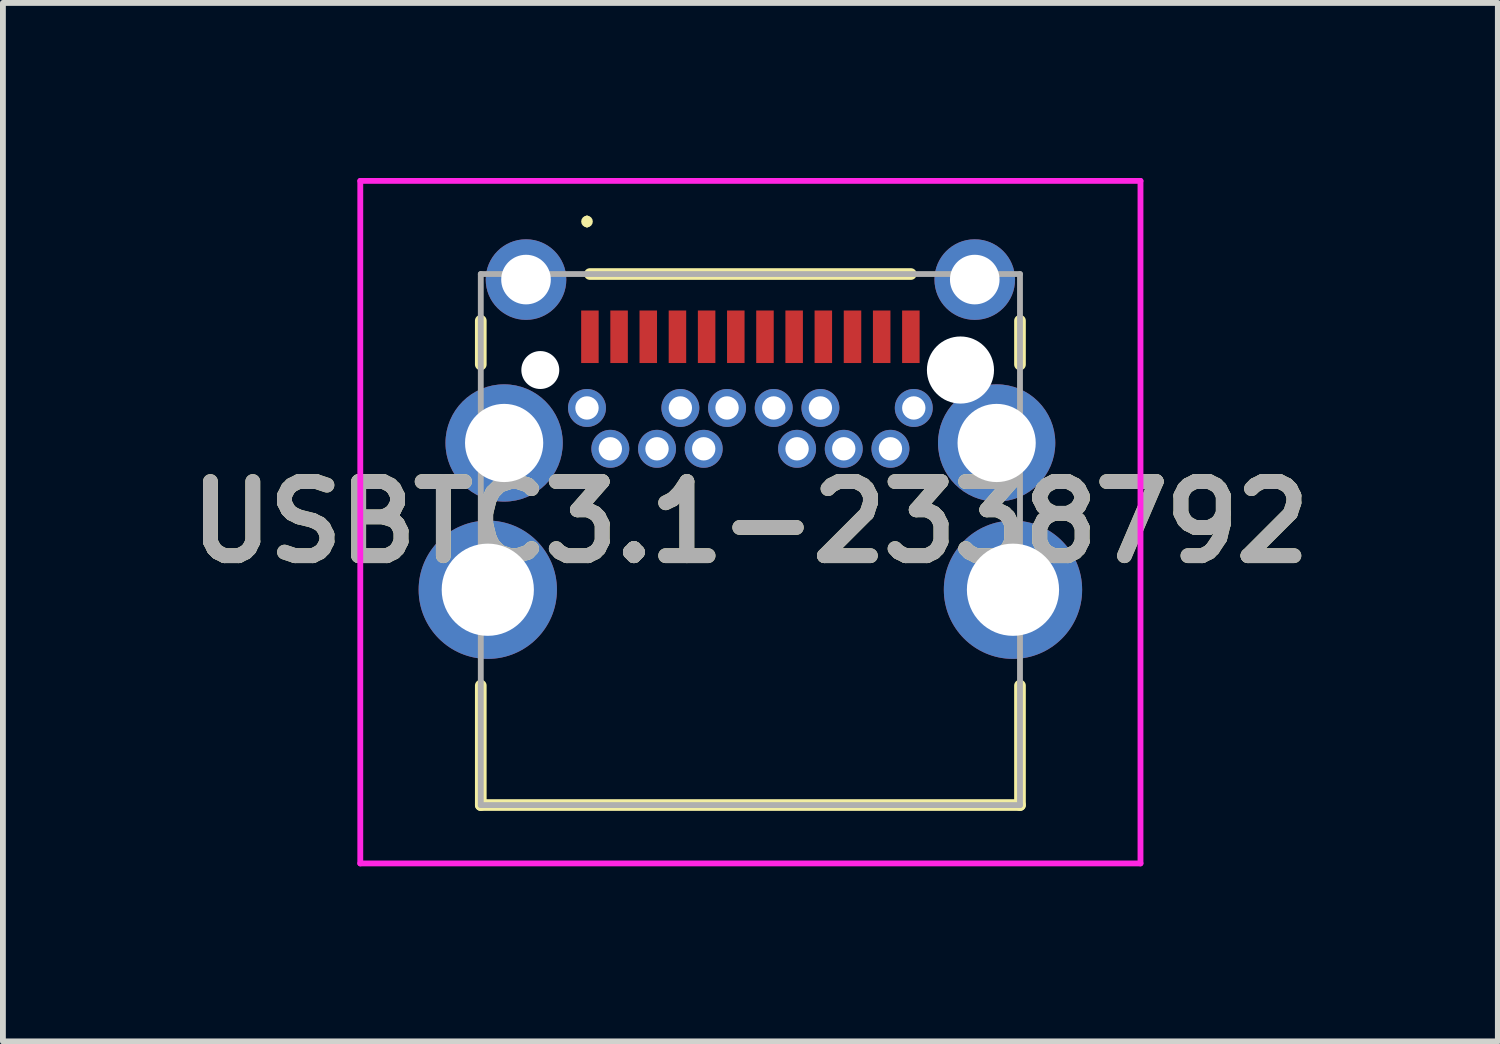
<source format=kicad_pcb>
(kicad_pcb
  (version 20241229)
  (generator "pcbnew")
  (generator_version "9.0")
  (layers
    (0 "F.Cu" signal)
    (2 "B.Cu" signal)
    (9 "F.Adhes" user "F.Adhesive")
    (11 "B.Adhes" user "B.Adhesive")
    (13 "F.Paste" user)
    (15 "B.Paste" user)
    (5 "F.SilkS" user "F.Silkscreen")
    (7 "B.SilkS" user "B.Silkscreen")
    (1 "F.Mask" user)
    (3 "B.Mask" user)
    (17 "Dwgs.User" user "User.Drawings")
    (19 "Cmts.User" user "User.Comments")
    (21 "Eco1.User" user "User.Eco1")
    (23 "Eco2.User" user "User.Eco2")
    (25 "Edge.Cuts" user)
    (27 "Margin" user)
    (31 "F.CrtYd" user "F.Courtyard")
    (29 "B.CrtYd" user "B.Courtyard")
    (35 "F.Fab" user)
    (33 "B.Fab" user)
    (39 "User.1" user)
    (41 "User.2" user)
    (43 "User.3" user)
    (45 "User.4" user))
  (footprint "USBTC3.1-2338792"
    (layer "F.Cu")
    (at 9.809 6.196)
    (property "Reference" "USBTC3.1-2338792" (at 0 -0.298 0) (layer "F.SilkS") (effects (font (size 1.27 1.27) (thickness 0.254))))
    (attr through_hole)
    (fp_line (start -4.62 -3.75) (end -4.62 -3) (stroke (width 0.2) (type solid)) (layer "F.SilkS"))
    (fp_line (start -4.62 2.502) (end -4.62 4.55) (stroke (width 0.2) (type solid)) (layer "F.SilkS"))
    (fp_line (start -4.62 4.55) (end 4.62 4.55) (stroke (width 0.2) (type solid)) (layer "F.SilkS"))
    (fp_line (start -2.8 -5.5) (end -2.8 -5.5) (stroke (width 0.1) (type solid)) (layer "F.SilkS"))
    (fp_line (start -2.8 -5.4) (end -2.8 -5.4) (stroke (width 0.1) (type solid)) (layer "F.SilkS"))
    (fp_line (start -2.75 -4.55) (end 2.75 -4.55) (stroke (width 0.2) (type solid)) (layer "F.SilkS"))
    (fp_line (start 4.62 -3.75) (end 4.62 -3) (stroke (width 0.2) (type solid)) (layer "F.SilkS"))
    (fp_line (start 4.62 4.55) (end 4.62 2.502) (stroke (width 0.2) (type solid)) (layer "F.SilkS"))
    (fp_arc (start -2.8 -5.5) (mid -2.75 -5.45) (end -2.8 -5.4) (stroke (width 0.1) (type solid)) (layer "F.SilkS"))
    (fp_arc (start -2.8 -5.4) (mid -2.85 -5.45) (end -2.8 -5.5) (stroke (width 0.1) (type solid)) (layer "F.SilkS"))
    (fp_line (start -6.685 -6.146) (end 6.685 -6.146) (stroke (width 0.1) (type solid)) (layer "F.CrtYd"))
    (fp_line (start -6.685 5.55) (end -6.685 -6.146) (stroke (width 0.1) (type solid)) (layer "F.CrtYd"))
    (fp_line (start 6.685 -6.146) (end 6.685 5.55) (stroke (width 0.1) (type solid)) (layer "F.CrtYd"))
    (fp_line (start 6.685 5.55) (end -6.685 5.55) (stroke (width 0.1) (type solid)) (layer "F.CrtYd"))
    (fp_line (start -4.62 -4.55) (end 4.62 -4.55) (stroke (width 0.1) (type solid)) (layer "F.Fab"))
    (fp_line (start -4.62 4.55) (end -4.62 -4.55) (stroke (width 0.1) (type solid)) (layer "F.Fab"))
    (fp_line (start 4.62 -4.55) (end 4.62 4.55) (stroke (width 0.1) (type solid)) (layer "F.Fab"))
    (fp_line (start 4.62 4.55) (end -4.62 4.55) (stroke (width 0.1) (type solid)) (layer "F.Fab"))
    (fp_text user "${REFERENCE}" (at 0 -0.298 0) (layer "F.Fab") (effects (font (size 1.27 1.27) (thickness 0.254))))
    (pad "" np_thru_hole circle (at -3.6 -2.905) (size 0.65 0.65) (drill 0.65) (layers "*.Cu" "*.Mask"))
    (pad "" np_thru_hole circle (at 3.6 -2.905) (size 1.15 1.15) (drill 1.15) (layers "*.Cu" "*.Mask"))
    (pad "A1" smd rect (at -2.75 -3.475) (size 0.3 0.9) (layers "F.Cu" "F.Mask" "F.Paste"))
    (pad "A2" smd rect (at -2.25 -3.475) (size 0.3 0.9) (layers "F.Cu" "F.Mask" "F.Paste"))
    (pad "A3" smd rect (at -1.75 -3.475) (size 0.3 0.9) (layers "F.Cu" "F.Mask" "F.Paste"))
    (pad "A4" smd rect (at -1.25 -3.475) (size 0.3 0.9) (layers "F.Cu" "F.Mask" "F.Paste"))
    (pad "A5" smd rect (at -0.75 -3.475) (size 0.3 0.9) (layers "F.Cu" "F.Mask" "F.Paste"))
    (pad "A6" smd rect (at -0.25 -3.475) (size 0.3 0.9) (layers "F.Cu" "F.Mask" "F.Paste"))
    (pad "A7" smd rect (at 0.25 -3.475) (size 0.3 0.9) (layers "F.Cu" "F.Mask" "F.Paste"))
    (pad "A8" smd rect (at 0.75 -3.475) (size 0.3 0.9) (layers "F.Cu" "F.Mask" "F.Paste"))
    (pad "A9" smd rect (at 1.25 -3.475) (size 0.3 0.9) (layers "F.Cu" "F.Mask" "F.Paste"))
    (pad "A10" smd rect (at 1.75 -3.475) (size 0.3 0.9) (layers "F.Cu" "F.Mask" "F.Paste"))
    (pad "A11" smd rect (at 2.25 -3.475) (size 0.3 0.9) (layers "F.Cu" "F.Mask" "F.Paste"))
    (pad "A12" smd rect (at 2.75 -3.475) (size 0.3 0.9) (layers "F.Cu" "F.Mask" "F.Paste"))
    (pad "B1" thru_hole circle (at 2.8 -2.255) (size 0.65 0.65) (drill 0.4) (layers "*.Cu" "*.Mask"))
    (pad "B2" thru_hole circle (at 2.4 -1.555) (size 0.65 0.65) (drill 0.4) (layers "*.Cu" "*.Mask"))
    (pad "B3" thru_hole circle (at 1.6 -1.555) (size 0.65 0.65) (drill 0.4) (layers "*.Cu" "*.Mask"))
    (pad "B4" thru_hole circle (at 1.2 -2.255) (size 0.65 0.65) (drill 0.4) (layers "*.Cu" "*.Mask"))
    (pad "B5" thru_hole circle (at 0.8 -1.555) (size 0.65 0.65) (drill 0.4) (layers "*.Cu" "*.Mask"))
    (pad "B6" thru_hole circle (at 0.4 -2.255) (size 0.65 0.65) (drill 0.4) (layers "*.Cu" "*.Mask"))
    (pad "B7" thru_hole circle (at -0.4 -2.255) (size 0.65 0.65) (drill 0.4) (layers "*.Cu" "*.Mask"))
    (pad "B8" thru_hole circle (at -0.8 -1.555) (size 0.65 0.65) (drill 0.4) (layers "*.Cu" "*.Mask"))
    (pad "B9" thru_hole circle (at -1.2 -2.255) (size 0.65 0.65) (drill 0.4) (layers "*.Cu" "*.Mask"))
    (pad "B10" thru_hole circle (at -1.6 -1.555) (size 0.65 0.65) (drill 0.4) (layers "*.Cu" "*.Mask"))
    (pad "B11" thru_hole circle (at -2.4 -1.555) (size 0.65 0.65) (drill 0.4) (layers "*.Cu" "*.Mask"))
    (pad "B12" thru_hole circle (at -2.8 -2.255) (size 0.65 0.65) (drill 0.4) (layers "*.Cu" "*.Mask"))
    (pad "G1" thru_hole circle (at -4.5 0.86) (size 2.37 2.37) (drill 1.58) (layers "*.Cu" "*.Mask"))
    (pad "G2" thru_hole circle (at -4.22 -1.655) (size 2.01 2.01) (drill 1.34) (layers "*.Cu" "*.Mask"))
    (pad "G3" thru_hole circle (at -3.845 -4.455) (size 1.381 1.381) (drill 0.85) (layers "*.Cu" "*.Mask"))
    (pad "G4" thru_hole circle (at 3.845 -4.455) (size 1.381 1.381) (drill 0.85) (layers "*.Cu" "*.Mask"))
    (pad "G5" thru_hole circle (at 4.22 -1.655) (size 2.01 2.01) (drill 1.34) (layers "*.Cu" "*.Mask"))
    (pad "G6" thru_hole circle (at 4.5 0.86) (size 2.37 2.37) (drill 1.58) (layers "*.Cu" "*.Mask")))
  (gr_rect
    (start -3 -3)
    (end 22.618 14.796)
    (stroke (width 0.1) (type default))
    (fill no)
    (layer "Edge.Cuts")))
</source>
